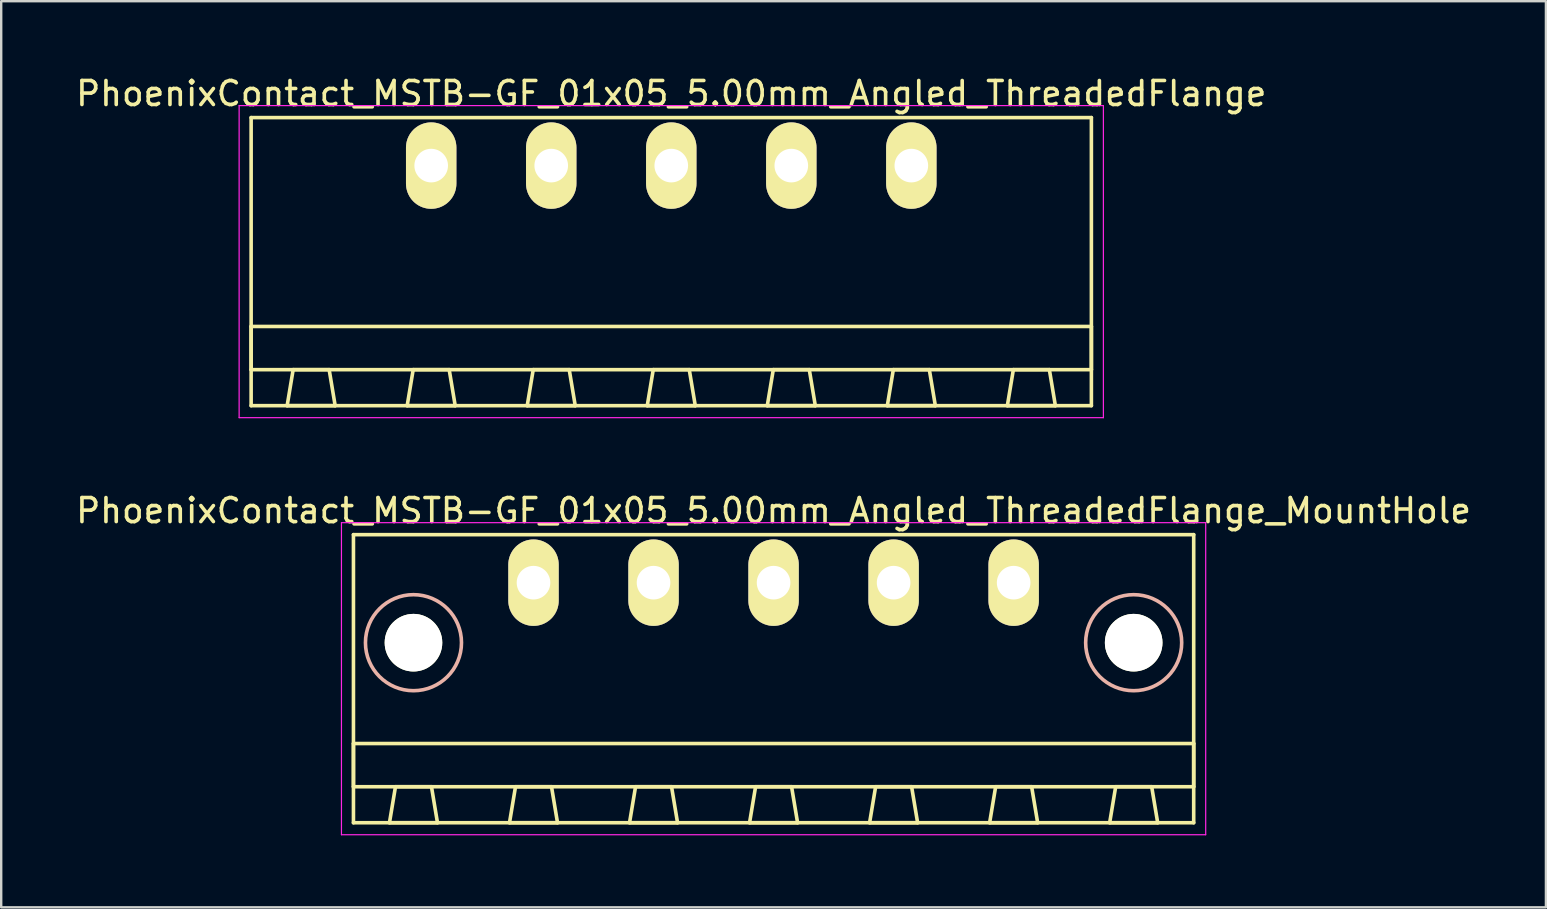
<source format=kicad_pcb>
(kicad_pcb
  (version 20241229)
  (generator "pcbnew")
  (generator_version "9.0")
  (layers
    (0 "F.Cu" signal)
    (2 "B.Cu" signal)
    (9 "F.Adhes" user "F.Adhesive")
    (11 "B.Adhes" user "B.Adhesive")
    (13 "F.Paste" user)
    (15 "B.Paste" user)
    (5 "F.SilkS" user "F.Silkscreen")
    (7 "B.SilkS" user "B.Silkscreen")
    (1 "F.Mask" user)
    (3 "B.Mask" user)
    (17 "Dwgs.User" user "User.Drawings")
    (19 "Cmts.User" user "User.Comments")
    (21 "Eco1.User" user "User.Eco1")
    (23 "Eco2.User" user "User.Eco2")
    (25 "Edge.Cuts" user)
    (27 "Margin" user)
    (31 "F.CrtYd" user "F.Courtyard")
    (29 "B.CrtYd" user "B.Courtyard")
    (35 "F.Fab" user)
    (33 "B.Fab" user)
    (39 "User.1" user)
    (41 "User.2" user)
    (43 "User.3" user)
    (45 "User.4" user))
  (footprint "PhoenixContact_MSTB-GF_01x05_5.00mm_Angled_ThreadedFlange"
    (layer "F.Cu")
    (at 14.911 3.848)
    (property "Reference" "PhoenixContact_MSTB-GF_01x05_5.00mm_Angled_ThreadedFlange" (at 10 -3 0) (layer "F.SilkS") (effects (font (size 1 1) (thickness 0.15))))
    (attr through_hole)
    (fp_line (start -7.5 -2) (end -7.5 10) (stroke (width 0.15) (type solid)) (layer "F.SilkS"))
    (fp_line (start -7.5 6.7) (end 27.5 6.7) (stroke (width 0.15) (type solid)) (layer "F.SilkS"))
    (fp_line (start -7.5 8.5) (end -7.5 6.7) (stroke (width 0.15) (type solid)) (layer "F.SilkS"))
    (fp_line (start -7.5 10) (end 27.5 10) (stroke (width 0.15) (type solid)) (layer "F.SilkS"))
    (fp_line (start -6 10) (end -4 10) (stroke (width 0.15) (type solid)) (layer "F.SilkS"))
    (fp_line (start -5.75 8.5) (end -6 10) (stroke (width 0.15) (type solid)) (layer "F.SilkS"))
    (fp_line (start -4.25 8.5) (end -5.75 8.5) (stroke (width 0.15) (type solid)) (layer "F.SilkS"))
    (fp_line (start -4 10) (end -4.25 8.5) (stroke (width 0.15) (type solid)) (layer "F.SilkS"))
    (fp_line (start -1 10) (end 1 10) (stroke (width 0.15) (type solid)) (layer "F.SilkS"))
    (fp_line (start -0.75 8.5) (end -1 10) (stroke (width 0.15) (type solid)) (layer "F.SilkS"))
    (fp_line (start 0.75 8.5) (end -0.75 8.5) (stroke (width 0.15) (type solid)) (layer "F.SilkS"))
    (fp_line (start 1 10) (end 0.75 8.5) (stroke (width 0.15) (type solid)) (layer "F.SilkS"))
    (fp_line (start 4 10) (end 6 10) (stroke (width 0.15) (type solid)) (layer "F.SilkS"))
    (fp_line (start 4.25 8.5) (end 4 10) (stroke (width 0.15) (type solid)) (layer "F.SilkS"))
    (fp_line (start 5.75 8.5) (end 4.25 8.5) (stroke (width 0.15) (type solid)) (layer "F.SilkS"))
    (fp_line (start 6 10) (end 5.75 8.5) (stroke (width 0.15) (type solid)) (layer "F.SilkS"))
    (fp_line (start 9 10) (end 11 10) (stroke (width 0.15) (type solid)) (layer "F.SilkS"))
    (fp_line (start 9.25 8.5) (end 9 10) (stroke (width 0.15) (type solid)) (layer "F.SilkS"))
    (fp_line (start 10.75 8.5) (end 9.25 8.5) (stroke (width 0.15) (type solid)) (layer "F.SilkS"))
    (fp_line (start 11 10) (end 10.75 8.5) (stroke (width 0.15) (type solid)) (layer "F.SilkS"))
    (fp_line (start 14 10) (end 16 10) (stroke (width 0.15) (type solid)) (layer "F.SilkS"))
    (fp_line (start 14.25 8.5) (end 14 10) (stroke (width 0.15) (type solid)) (layer "F.SilkS"))
    (fp_line (start 15.75 8.5) (end 14.25 8.5) (stroke (width 0.15) (type solid)) (layer "F.SilkS"))
    (fp_line (start 16 10) (end 15.75 8.5) (stroke (width 0.15) (type solid)) (layer "F.SilkS"))
    (fp_line (start 19 10) (end 21 10) (stroke (width 0.15) (type solid)) (layer "F.SilkS"))
    (fp_line (start 19.25 8.5) (end 19 10) (stroke (width 0.15) (type solid)) (layer "F.SilkS"))
    (fp_line (start 20.75 8.5) (end 19.25 8.5) (stroke (width 0.15) (type solid)) (layer "F.SilkS"))
    (fp_line (start 21 10) (end 20.75 8.5) (stroke (width 0.15) (type solid)) (layer "F.SilkS"))
    (fp_line (start 24 10) (end 26 10) (stroke (width 0.15) (type solid)) (layer "F.SilkS"))
    (fp_line (start 24.25 8.5) (end 24 10) (stroke (width 0.15) (type solid)) (layer "F.SilkS"))
    (fp_line (start 25.75 8.5) (end 24.25 8.5) (stroke (width 0.15) (type solid)) (layer "F.SilkS"))
    (fp_line (start 26 10) (end 25.75 8.5) (stroke (width 0.15) (type solid)) (layer "F.SilkS"))
    (fp_line (start 27.5 -2) (end -7.5 -2) (stroke (width 0.15) (type solid)) (layer "F.SilkS"))
    (fp_line (start 27.5 6.7) (end 27.5 8.5) (stroke (width 0.15) (type solid)) (layer "F.SilkS"))
    (fp_line (start 27.5 8.5) (end -7.5 8.5) (stroke (width 0.15) (type solid)) (layer "F.SilkS"))
    (fp_line (start 27.5 10) (end 27.5 -2) (stroke (width 0.15) (type solid)) (layer "F.SilkS"))
    (fp_line (start -8 -2.5) (end -8 10.5) (stroke (width 0.05) (type solid)) (layer "F.CrtYd"))
    (fp_line (start -8 10.5) (end 28 10.5) (stroke (width 0.05) (type solid)) (layer "F.CrtYd"))
    (fp_line (start 28 -2.5) (end -8 -2.5) (stroke (width 0.05) (type solid)) (layer "F.CrtYd"))
    (fp_line (start 28 10.5) (end 28 -2.5) (stroke (width 0.05) (type solid)) (layer "F.CrtYd"))
    (pad "1" thru_hole oval (at 0 0) (size 2.1 3.6) (drill 1.4) (layers "*.Cu" "*.Mask" "F.SilkS"))
    (pad "2" thru_hole oval (at 5 0) (size 2.1 3.6) (drill 1.4) (layers "*.Cu" "*.Mask" "F.SilkS"))
    (pad "3" thru_hole oval (at 10 0) (size 2.1 3.6) (drill 1.4) (layers "*.Cu" "*.Mask" "F.SilkS"))
    (pad "4" thru_hole oval (at 15 0) (size 2.1 3.6) (drill 1.4) (layers "*.Cu" "*.Mask" "F.SilkS"))
    (pad "5" thru_hole oval (at 20 0) (size 2.1 3.6) (drill 1.4) (layers "*.Cu" "*.Mask" "F.SilkS")))
  (footprint "PhoenixContact_MSTB-GF_01x05_5.00mm_Angled_ThreadedFlange_MountHole"
    (layer "F.Cu")
    (at 19.173 21.221)
    (property "Reference" "PhoenixContact_MSTB-GF_01x05_5.00mm_Angled_ThreadedFlange_MountHole" (at 10 -3 0) (layer "F.SilkS") (effects (font (size 1 1) (thickness 0.15))))
    (attr through_hole)
    (fp_line (start -7.5 -2) (end -7.5 10) (stroke (width 0.15) (type solid)) (layer "F.SilkS"))
    (fp_line (start -7.5 6.7) (end 27.5 6.7) (stroke (width 0.15) (type solid)) (layer "F.SilkS"))
    (fp_line (start -7.5 8.5) (end -7.5 6.7) (stroke (width 0.15) (type solid)) (layer "F.SilkS"))
    (fp_line (start -7.5 10) (end 27.5 10) (stroke (width 0.15) (type solid)) (layer "F.SilkS"))
    (fp_line (start -6 10) (end -4 10) (stroke (width 0.15) (type solid)) (layer "F.SilkS"))
    (fp_line (start -5.75 8.5) (end -6 10) (stroke (width 0.15) (type solid)) (layer "F.SilkS"))
    (fp_line (start -4.25 8.5) (end -5.75 8.5) (stroke (width 0.15) (type solid)) (layer "F.SilkS"))
    (fp_line (start -4 10) (end -4.25 8.5) (stroke (width 0.15) (type solid)) (layer "F.SilkS"))
    (fp_line (start -1 10) (end 1 10) (stroke (width 0.15) (type solid)) (layer "F.SilkS"))
    (fp_line (start -0.75 8.5) (end -1 10) (stroke (width 0.15) (type solid)) (layer "F.SilkS"))
    (fp_line (start 0.75 8.5) (end -0.75 8.5) (stroke (width 0.15) (type solid)) (layer "F.SilkS"))
    (fp_line (start 1 10) (end 0.75 8.5) (stroke (width 0.15) (type solid)) (layer "F.SilkS"))
    (fp_line (start 4 10) (end 6 10) (stroke (width 0.15) (type solid)) (layer "F.SilkS"))
    (fp_line (start 4.25 8.5) (end 4 10) (stroke (width 0.15) (type solid)) (layer "F.SilkS"))
    (fp_line (start 5.75 8.5) (end 4.25 8.5) (stroke (width 0.15) (type solid)) (layer "F.SilkS"))
    (fp_line (start 6 10) (end 5.75 8.5) (stroke (width 0.15) (type solid)) (layer "F.SilkS"))
    (fp_line (start 9 10) (end 11 10) (stroke (width 0.15) (type solid)) (layer "F.SilkS"))
    (fp_line (start 9.25 8.5) (end 9 10) (stroke (width 0.15) (type solid)) (layer "F.SilkS"))
    (fp_line (start 10.75 8.5) (end 9.25 8.5) (stroke (width 0.15) (type solid)) (layer "F.SilkS"))
    (fp_line (start 11 10) (end 10.75 8.5) (stroke (width 0.15) (type solid)) (layer "F.SilkS"))
    (fp_line (start 14 10) (end 16 10) (stroke (width 0.15) (type solid)) (layer "F.SilkS"))
    (fp_line (start 14.25 8.5) (end 14 10) (stroke (width 0.15) (type solid)) (layer "F.SilkS"))
    (fp_line (start 15.75 8.5) (end 14.25 8.5) (stroke (width 0.15) (type solid)) (layer "F.SilkS"))
    (fp_line (start 16 10) (end 15.75 8.5) (stroke (width 0.15) (type solid)) (layer "F.SilkS"))
    (fp_line (start 19 10) (end 21 10) (stroke (width 0.15) (type solid)) (layer "F.SilkS"))
    (fp_line (start 19.25 8.5) (end 19 10) (stroke (width 0.15) (type solid)) (layer "F.SilkS"))
    (fp_line (start 20.75 8.5) (end 19.25 8.5) (stroke (width 0.15) (type solid)) (layer "F.SilkS"))
    (fp_line (start 21 10) (end 20.75 8.5) (stroke (width 0.15) (type solid)) (layer "F.SilkS"))
    (fp_line (start 24 10) (end 26 10) (stroke (width 0.15) (type solid)) (layer "F.SilkS"))
    (fp_line (start 24.25 8.5) (end 24 10) (stroke (width 0.15) (type solid)) (layer "F.SilkS"))
    (fp_line (start 25.75 8.5) (end 24.25 8.5) (stroke (width 0.15) (type solid)) (layer "F.SilkS"))
    (fp_line (start 26 10) (end 25.75 8.5) (stroke (width 0.15) (type solid)) (layer "F.SilkS"))
    (fp_line (start 27.5 -2) (end -7.5 -2) (stroke (width 0.15) (type solid)) (layer "F.SilkS"))
    (fp_line (start 27.5 6.7) (end 27.5 8.5) (stroke (width 0.15) (type solid)) (layer "F.SilkS"))
    (fp_line (start 27.5 8.5) (end -7.5 8.5) (stroke (width 0.15) (type solid)) (layer "F.SilkS"))
    (fp_line (start 27.5 10) (end 27.5 -2) (stroke (width 0.15) (type solid)) (layer "F.SilkS"))
    (fp_circle (center -5 2.5) (end -3 2.5) (stroke (width 0.15) (type solid)) (fill no) (layer "B.SilkS"))
    (fp_circle (center 25 2.5) (end 27 2.5) (stroke (width 0.15) (type solid)) (fill no) (layer "B.SilkS"))
    (fp_line (start -8 -2.5) (end -8 10.5) (stroke (width 0.05) (type solid)) (layer "F.CrtYd"))
    (fp_line (start -8 10.5) (end 28 10.5) (stroke (width 0.05) (type solid)) (layer "F.CrtYd"))
    (fp_line (start 28 -2.5) (end -8 -2.5) (stroke (width 0.05) (type solid)) (layer "F.CrtYd"))
    (fp_line (start 28 10.5) (end 28 -2.5) (stroke (width 0.05) (type solid)) (layer "F.CrtYd"))
    (pad "" np_thru_hole circle (at -5 2.5) (size 2.4 2.4) (drill 2.4) (layers "*.Cu" "*.Mask" "F.SilkS"))
    (pad "" np_thru_hole circle (at 25 2.5) (size 2.4 2.4) (drill 2.4) (layers "*.Cu" "*.Mask" "F.SilkS"))
    (pad "1" thru_hole oval (at 0 0) (size 2.1 3.6) (drill 1.4) (layers "*.Cu" "*.Mask" "F.SilkS"))
    (pad "2" thru_hole oval (at 5 0) (size 2.1 3.6) (drill 1.4) (layers "*.Cu" "*.Mask" "F.SilkS"))
    (pad "3" thru_hole oval (at 10 0) (size 2.1 3.6) (drill 1.4) (layers "*.Cu" "*.Mask" "F.SilkS"))
    (pad "4" thru_hole oval (at 15 0) (size 2.1 3.6) (drill 1.4) (layers "*.Cu" "*.Mask" "F.SilkS"))
    (pad "5" thru_hole oval (at 20 0) (size 2.1 3.6) (drill 1.4) (layers "*.Cu" "*.Mask" "F.SilkS")))
  (gr_rect
    (start -3 -3)
    (end 61.345 34.746)
    (stroke (width 0.1) (type default))
    (fill no)
    (layer "Edge.Cuts")))
</source>
